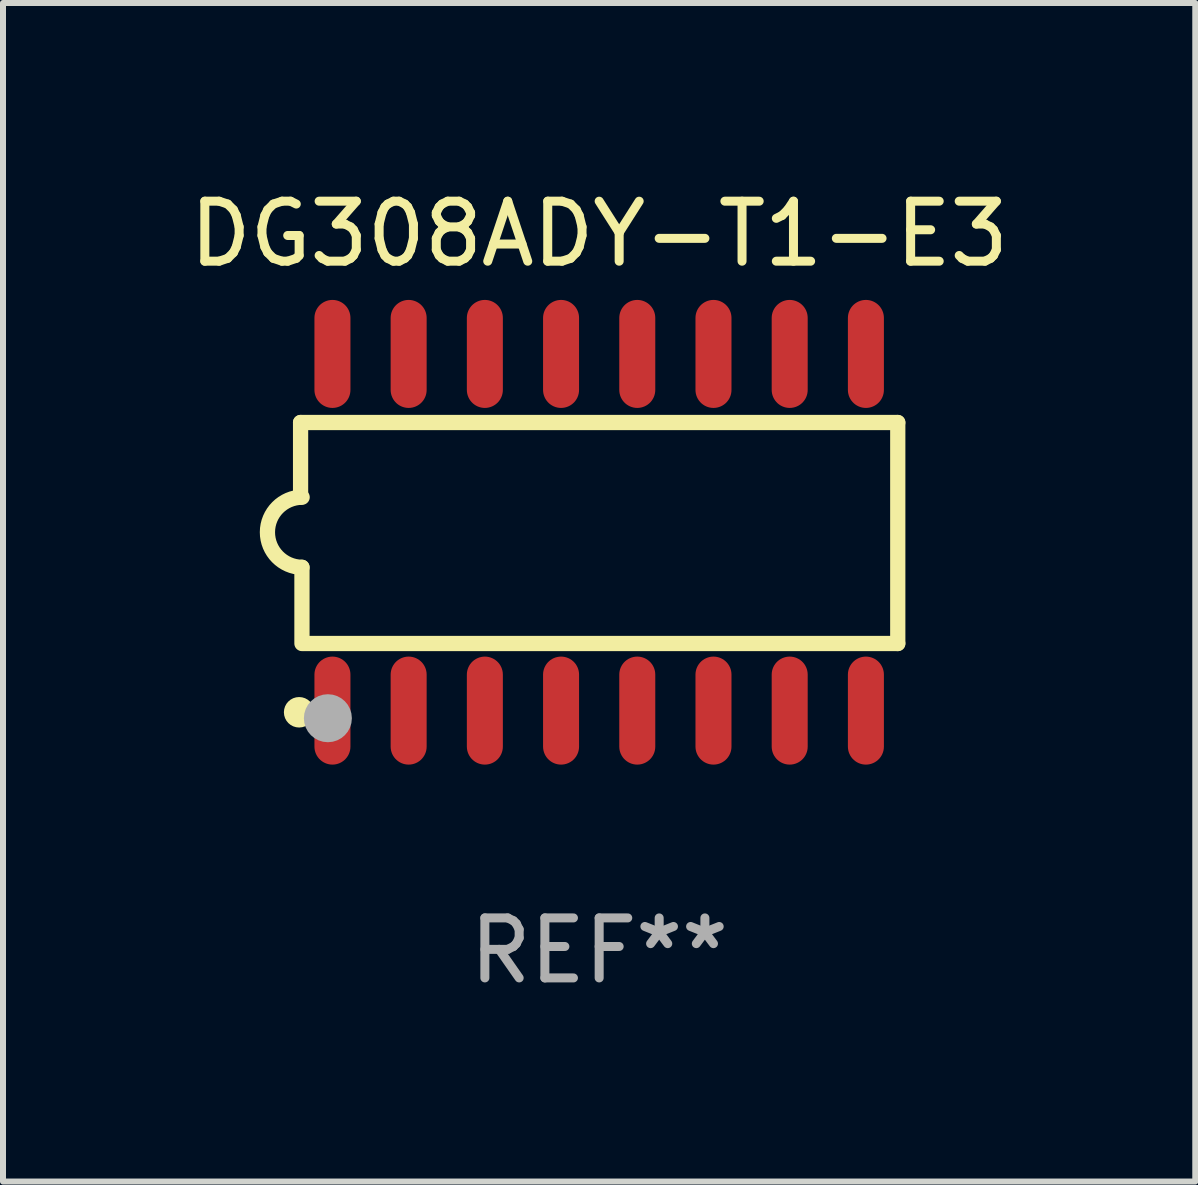
<source format=kicad_pcb>
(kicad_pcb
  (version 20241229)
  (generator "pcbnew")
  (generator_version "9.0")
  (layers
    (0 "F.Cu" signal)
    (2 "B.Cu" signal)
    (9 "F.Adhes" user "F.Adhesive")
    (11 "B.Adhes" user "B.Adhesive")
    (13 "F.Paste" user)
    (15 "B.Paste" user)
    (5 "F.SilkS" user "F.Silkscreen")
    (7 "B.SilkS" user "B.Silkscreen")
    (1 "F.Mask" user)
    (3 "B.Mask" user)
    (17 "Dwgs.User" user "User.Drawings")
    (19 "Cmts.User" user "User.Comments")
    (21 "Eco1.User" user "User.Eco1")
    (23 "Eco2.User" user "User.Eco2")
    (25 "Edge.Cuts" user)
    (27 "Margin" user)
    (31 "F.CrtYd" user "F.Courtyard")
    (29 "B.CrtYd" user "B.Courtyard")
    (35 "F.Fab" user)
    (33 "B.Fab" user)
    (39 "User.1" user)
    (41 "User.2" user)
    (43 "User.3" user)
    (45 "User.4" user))
  (footprint "DG308ADY-T1-E3"
    (layer "F.Cu")
    (at 6.935 5.82)
    (property "Reference" "DG308ADY-T1-E3" (at 0 -4.972 0) (layer "F.SilkS") (effects (font (size 1 1) (thickness 0.15))))
    (attr through_hole)
    (fp_line (start -4.976 -1.829) (end -4.976 -0.584) (stroke (width 0.254) (type solid)) (layer "F.SilkS"))
    (fp_line (start -4.953 0.584) (end -4.953 1.854) (stroke (width 0.254) (type solid)) (layer "F.SilkS"))
    (fp_line (start -4.928 1.854) (end 4.976 1.854) (stroke (width 0.254) (type solid)) (layer "F.SilkS"))
    (fp_line (start 4.976 -1.829) (end -4.976 -1.829) (stroke (width 0.254) (type solid)) (layer "F.SilkS"))
    (fp_line (start 4.976 1.854) (end 4.976 -1.829) (stroke (width 0.254) (type solid)) (layer "F.SilkS"))
    (fp_arc (start -4.95301 0.584201) (mid -5.533866 -0.00152) (end -4.950088 -0.584329) (stroke (width 0.254001) (type solid)) (layer "F.SilkS"))
    (fp_circle (center -5 3) (end -4.873 3) (stroke (width 0.254) (type solid)) (fill no) (layer "F.SilkS"))
    (fp_circle (center -4.521 3.099) (end -4.321 3.099) (stroke (width 0.4) (type solid)) (fill no) (layer "F.Fab"))
    (fp_text user "REF**" (at 0 6.972 0) (layer "F.Fab") (effects (font (size 1 1) (thickness 0.15))))
    (pad "1" smd oval (at -4.445 2.972 180) (size 0.6 1.8) (layers "F.Cu" "F.Mask" "F.Paste"))
    (pad "2" smd oval (at -3.175 2.972 180) (size 0.6 1.8) (layers "F.Cu" "F.Mask" "F.Paste"))
    (pad "3" smd oval (at -1.905 2.972 180) (size 0.6 1.8) (layers "F.Cu" "F.Mask" "F.Paste"))
    (pad "4" smd oval (at -0.635 2.972 180) (size 0.6 1.8) (layers "F.Cu" "F.Mask" "F.Paste"))
    (pad "5" smd oval (at 0.635 2.972 180) (size 0.6 1.8) (layers "F.Cu" "F.Mask" "F.Paste"))
    (pad "6" smd oval (at 1.905 2.972 180) (size 0.6 1.8) (layers "F.Cu" "F.Mask" "F.Paste"))
    (pad "7" smd oval (at 3.175 2.972 180) (size 0.6 1.8) (layers "F.Cu" "F.Mask" "F.Paste"))
    (pad "8" smd oval (at 4.445 2.972 180) (size 0.6 1.8) (layers "F.Cu" "F.Mask" "F.Paste"))
    (pad "9" smd oval (at 4.445 -2.972 180) (size 0.6 1.8) (layers "F.Cu" "F.Mask" "F.Paste"))
    (pad "10" smd oval (at 3.175 -2.972 180) (size 0.6 1.8) (layers "F.Cu" "F.Mask" "F.Paste"))
    (pad "11" smd oval (at 1.905 -2.972 180) (size 0.6 1.8) (layers "F.Cu" "F.Mask" "F.Paste"))
    (pad "12" smd oval (at 0.635 -2.972 180) (size 0.6 1.8) (layers "F.Cu" "F.Mask" "F.Paste"))
    (pad "13" smd oval (at -0.635 -2.972 180) (size 0.6 1.8) (layers "F.Cu" "F.Mask" "F.Paste"))
    (pad "14" smd oval (at -1.905 -2.972 180) (size 0.6 1.8) (layers "F.Cu" "F.Mask" "F.Paste"))
    (pad "15" smd oval (at -3.175 -2.972 180) (size 0.6 1.8) (layers "F.Cu" "F.Mask" "F.Paste"))
    (pad "16" smd oval (at -4.445 -2.972 180) (size 0.6 1.8) (layers "F.Cu" "F.Mask" "F.Paste")))
  (gr_rect
    (start -3 -3)
    (end 16.869 16.64)
    (stroke (width 0.1) (type default))
    (fill no)
    (layer "Edge.Cuts")))
</source>
